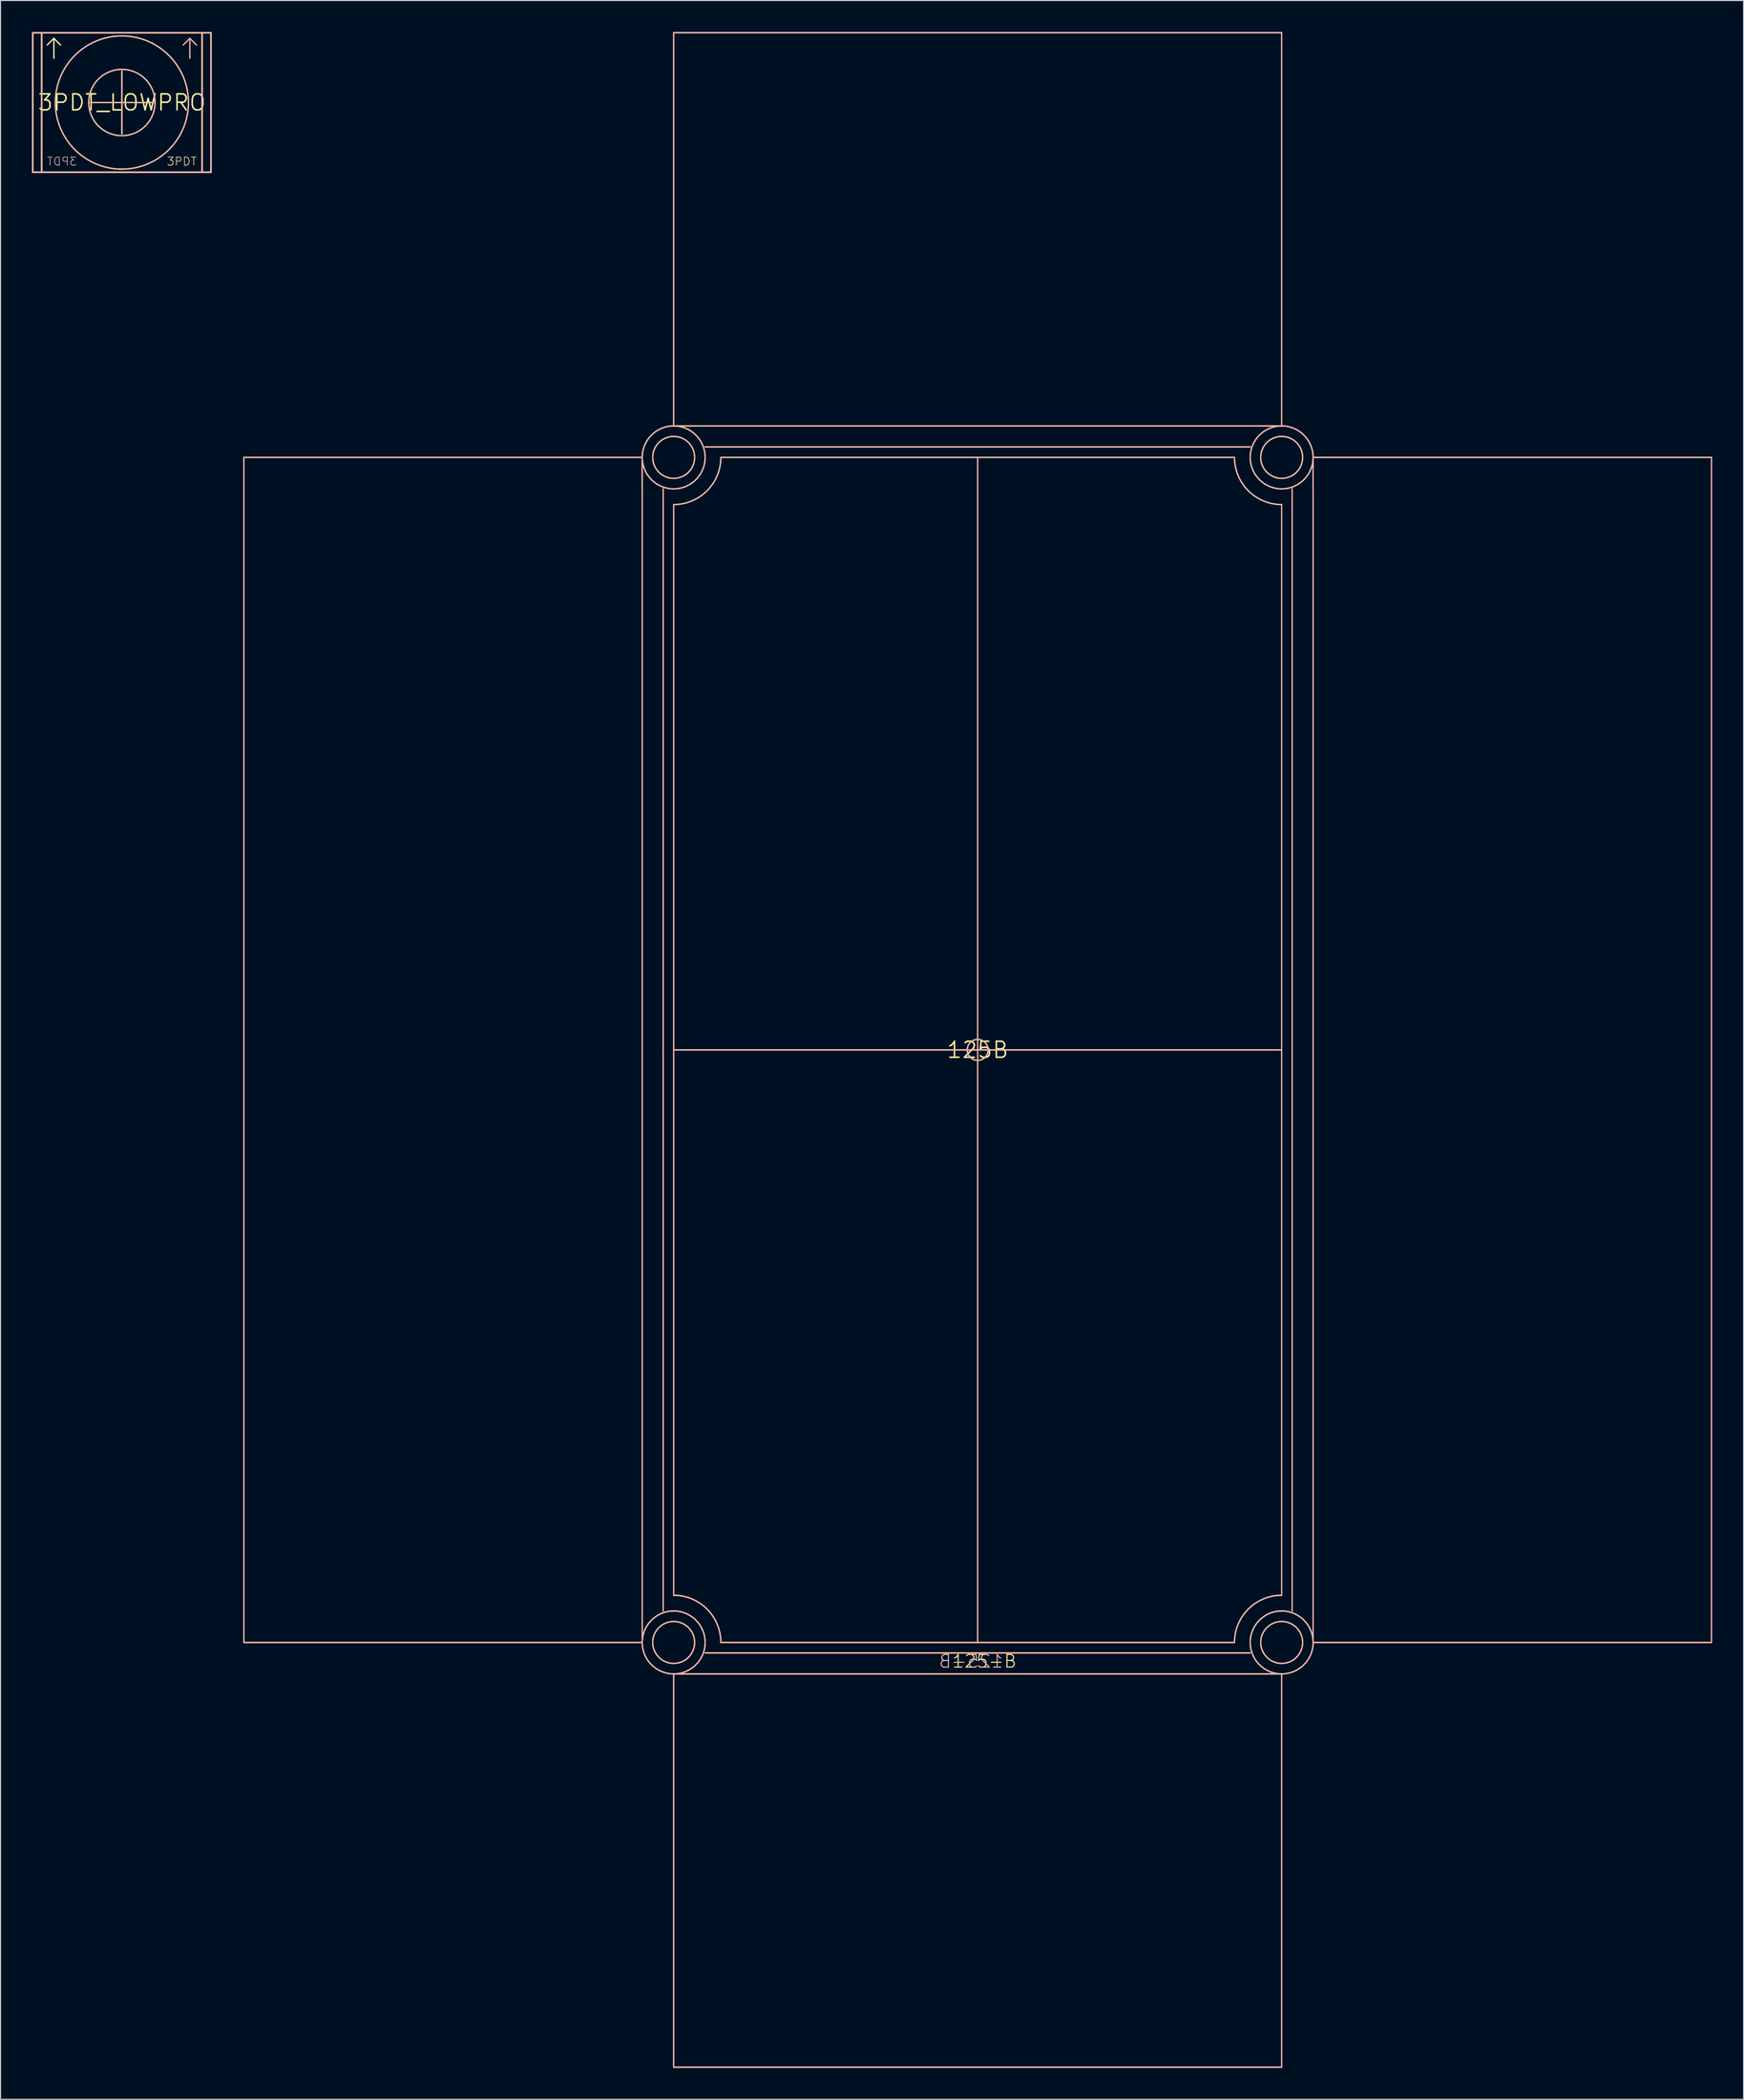
<source format=kicad_pcb>
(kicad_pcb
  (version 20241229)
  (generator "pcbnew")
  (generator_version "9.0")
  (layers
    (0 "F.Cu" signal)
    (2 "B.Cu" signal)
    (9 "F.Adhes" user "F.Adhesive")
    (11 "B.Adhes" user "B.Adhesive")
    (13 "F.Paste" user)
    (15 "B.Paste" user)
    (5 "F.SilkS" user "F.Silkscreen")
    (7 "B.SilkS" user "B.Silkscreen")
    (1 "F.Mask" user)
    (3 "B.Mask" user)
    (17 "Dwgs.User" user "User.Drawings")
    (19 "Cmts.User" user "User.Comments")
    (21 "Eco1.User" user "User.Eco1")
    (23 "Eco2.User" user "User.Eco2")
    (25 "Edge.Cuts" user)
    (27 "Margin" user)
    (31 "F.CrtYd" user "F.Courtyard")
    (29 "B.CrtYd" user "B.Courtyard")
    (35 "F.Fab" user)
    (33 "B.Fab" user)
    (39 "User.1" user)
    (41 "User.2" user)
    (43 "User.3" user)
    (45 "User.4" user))
  (footprint "3PDT_LOWPRO"
    (layer "F.Cu")
    (at 8.576 6.726)
    (property "Reference" "3PDT_LOWPRO" (at 0 0 0) (layer "F.SilkS") (effects (font (size 1.524 1.524) (thickness 0.15))))
    (attr through_hole)
    (fp_line (start -8.5 -6.65) (end -7.65 -6.65) (stroke (width 0.152) (type solid)) (layer "F.SilkS"))
    (fp_line (start -8.5 6.65) (end -8.5 -6.65) (stroke (width 0.152) (type solid)) (layer "F.SilkS"))
    (fp_line (start -7.65 -6.65) (end 7.65 -6.65) (stroke (width 0.152) (type solid)) (layer "F.SilkS"))
    (fp_line (start -7.65 6.65) (end -8.5 6.65) (stroke (width 0.152) (type solid)) (layer "F.SilkS"))
    (fp_line (start -7.65 6.65) (end -7.65 -6.65) (stroke (width 0.152) (type solid)) (layer "F.SilkS"))
    (fp_line (start -6.485 -6.12) (end -7.12 -5.485) (stroke (width 0.127) (type solid)) (layer "F.SilkS"))
    (fp_line (start -6.485 -6.12) (end -5.85 -5.485) (stroke (width 0.127) (type solid)) (layer "F.SilkS"))
    (fp_line (start -6.485 -4.215) (end -6.485 -6.12) (stroke (width 0.127) (type solid)) (layer "F.SilkS"))
    (fp_line (start -3 0) (end 3 0) (stroke (width 0.127) (type solid)) (layer "F.SilkS"))
    (fp_line (start 0 -3) (end 0 3) (stroke (width 0.127) (type solid)) (layer "F.SilkS"))
    (fp_line (start 7.65 -6.65) (end 7.65 6.65) (stroke (width 0.152) (type solid)) (layer "F.SilkS"))
    (fp_line (start 7.65 -6.65) (end 8.5 -6.65) (stroke (width 0.152) (type solid)) (layer "F.SilkS"))
    (fp_line (start 7.65 6.65) (end -7.65 6.65) (stroke (width 0.152) (type solid)) (layer "F.SilkS"))
    (fp_line (start 8.5 -6.65) (end 8.5 6.65) (stroke (width 0.152) (type solid)) (layer "F.SilkS"))
    (fp_line (start 8.5 6.65) (end 7.65 6.65) (stroke (width 0.152) (type solid)) (layer "F.SilkS"))
    (fp_circle (center 0 0) (end 3.162 0) (stroke (width 0.127) (type solid)) (fill no) (layer "F.SilkS"))
    (fp_circle (center 0 0) (end 6.35 0) (stroke (width 0.127) (type solid)) (fill no) (layer "F.SilkS"))
    (fp_line (start -8.5 -6.65) (end -8.5 6.65) (stroke (width 0.152) (type solid)) (layer "B.SilkS"))
    (fp_line (start -8.5 6.65) (end -7.65 6.65) (stroke (width 0.152) (type solid)) (layer "B.SilkS"))
    (fp_line (start -7.65 -6.65) (end -8.5 -6.65) (stroke (width 0.152) (type solid)) (layer "B.SilkS"))
    (fp_line (start -7.65 -6.65) (end -7.65 6.65) (stroke (width 0.152) (type solid)) (layer "B.SilkS"))
    (fp_line (start -7.65 6.65) (end 7.65 6.65) (stroke (width 0.152) (type solid)) (layer "B.SilkS"))
    (fp_line (start 0 -3) (end 0 3) (stroke (width 0.127) (type solid)) (layer "B.SilkS"))
    (fp_line (start 3 0) (end -3 0) (stroke (width 0.127) (type solid)) (layer "B.SilkS"))
    (fp_line (start 6.485 -6.12) (end 5.85 -5.485) (stroke (width 0.127) (type solid)) (layer "B.SilkS"))
    (fp_line (start 6.485 -6.12) (end 7.12 -5.485) (stroke (width 0.127) (type solid)) (layer "B.SilkS"))
    (fp_line (start 6.485 -4.215) (end 6.485 -6.12) (stroke (width 0.127) (type solid)) (layer "B.SilkS"))
    (fp_line (start 7.65 -6.65) (end -7.65 -6.65) (stroke (width 0.152) (type solid)) (layer "B.SilkS"))
    (fp_line (start 7.65 6.65) (end 7.65 -6.65) (stroke (width 0.152) (type solid)) (layer "B.SilkS"))
    (fp_line (start 7.65 6.65) (end 8.5 6.65) (stroke (width 0.152) (type solid)) (layer "B.SilkS"))
    (fp_line (start 8.5 -6.65) (end 7.65 -6.65) (stroke (width 0.152) (type solid)) (layer "B.SilkS"))
    (fp_line (start 8.5 6.65) (end 8.5 -6.65) (stroke (width 0.152) (type solid)) (layer "B.SilkS"))
    (fp_circle (center 0 0) (end 3.162 0) (stroke (width 0.127) (type solid)) (fill no) (layer "B.SilkS"))
    (fp_circle (center 0 0) (end 6.35 0) (stroke (width 0.127) (type solid)) (fill no) (layer "B.SilkS"))
    (fp_text user "3PDT" (at 5.715 5.62 0) (layer "F.SilkS") (effects (font (size 0.772 0.772) (thickness 0.065))))
    (fp_text user "3PDT" (at -5.715 5.62 0) (layer "B.SilkS") (effects (font (size 0.772 0.772) (thickness 0.065)) (justify mirror))))
  (footprint "125B"
    (layer "F.Cu")
    (at 90.216 97.064)
    (property "Reference" "125B" (at 0 0 0) (layer "F.SilkS") (effects (font (size 1.524 1.524) (thickness 0.15))))
    (attr through_hole)
    (fp_line (start -70 -56.5) (end -70 56.5) (stroke (width 0.127) (type solid)) (layer "F.SilkS"))
    (fp_line (start -70 56.5) (end -32 56.5) (stroke (width 0.127) (type solid)) (layer "F.SilkS"))
    (fp_line (start -32 -56.5) (end -70 -56.5) (stroke (width 0.127) (type solid)) (layer "F.SilkS"))
    (fp_line (start -32 -56.5) (end -32 56.5) (stroke (width 0.127) (type solid)) (layer "F.SilkS"))
    (fp_line (start -30 0) (end -30 -53.5) (stroke (width 0.127) (type solid)) (layer "F.SilkS"))
    (fp_line (start -30 53.5) (end -30 0) (stroke (width 0.127) (type solid)) (layer "F.SilkS"))
    (fp_line (start -29 -97) (end -29 -59.5) (stroke (width 0.127) (type solid)) (layer "F.SilkS"))
    (fp_line (start -29 0) (end -29 -52) (stroke (width 0.127) (type solid)) (layer "F.SilkS"))
    (fp_line (start -29 0) (end 0 0) (stroke (width 0.127) (type solid)) (layer "F.SilkS"))
    (fp_line (start -29 52) (end -29 0) (stroke (width 0.127) (type solid)) (layer "F.SilkS"))
    (fp_line (start -29 59.5) (end -29 97) (stroke (width 0.127) (type solid)) (layer "F.SilkS"))
    (fp_line (start -29 59.5) (end -29 97) (stroke (width 0.127) (type solid)) (layer "F.SilkS"))
    (fp_line (start -29 59.5) (end 29 59.5) (stroke (width 0.127) (type solid)) (layer "F.SilkS"))
    (fp_line (start -29 97) (end 29 97) (stroke (width 0.127) (type solid)) (layer "F.SilkS"))
    (fp_line (start -24.5 -56.5) (end 0 -56.5) (stroke (width 0.127) (type solid)) (layer "F.SilkS"))
    (fp_line (start -24.5 56.5) (end 0 56.5) (stroke (width 0.127) (type solid)) (layer "F.SilkS"))
    (fp_line (start 0 -57.5) (end -26 -57.5) (stroke (width 0.127) (type solid)) (layer "F.SilkS"))
    (fp_line (start 0 -56.5) (end 0 0) (stroke (width 0.127) (type solid)) (layer "F.SilkS"))
    (fp_line (start 0 -56.5) (end 24.5 -56.5) (stroke (width 0.127) (type solid)) (layer "F.SilkS"))
    (fp_line (start 0 0) (end 0 56.5) (stroke (width 0.127) (type solid)) (layer "F.SilkS"))
    (fp_line (start 0 0) (end 29 0) (stroke (width 0.127) (type solid)) (layer "F.SilkS"))
    (fp_line (start 0 56.5) (end 24.5 56.5) (stroke (width 0.127) (type solid)) (layer "F.SilkS"))
    (fp_line (start 0 57.5) (end -26 57.5) (stroke (width 0.127) (type solid)) (layer "F.SilkS"))
    (fp_line (start 26 -57.5) (end 0 -57.5) (stroke (width 0.127) (type solid)) (layer "F.SilkS"))
    (fp_line (start 26 57.5) (end 0 57.5) (stroke (width 0.127) (type solid)) (layer "F.SilkS"))
    (fp_line (start 29 -97) (end -29 -97) (stroke (width 0.127) (type solid)) (layer "F.SilkS"))
    (fp_line (start 29 -59.5) (end -29 -59.5) (stroke (width 0.127) (type solid)) (layer "F.SilkS"))
    (fp_line (start 29 -59.5) (end 29 -97) (stroke (width 0.127) (type solid)) (layer "F.SilkS"))
    (fp_line (start 29 -59.5) (end 29 -97) (stroke (width 0.127) (type solid)) (layer "F.SilkS"))
    (fp_line (start 29 0) (end 29 -52) (stroke (width 0.127) (type solid)) (layer "F.SilkS"))
    (fp_line (start 29 52) (end 29 0) (stroke (width 0.127) (type solid)) (layer "F.SilkS"))
    (fp_line (start 29 97) (end 29 59.5) (stroke (width 0.127) (type solid)) (layer "F.SilkS"))
    (fp_line (start 30 0) (end 30 -53.5) (stroke (width 0.127) (type solid)) (layer "F.SilkS"))
    (fp_line (start 30 53.5) (end 30 0) (stroke (width 0.127) (type solid)) (layer "F.SilkS"))
    (fp_line (start 32 -56.5) (end 32 -53.365) (stroke (width 0.127) (type solid)) (layer "F.SilkS"))
    (fp_line (start 32 -53.365) (end 32 -56.5) (stroke (width 0.127) (type solid)) (layer "F.SilkS"))
    (fp_line (start 32 56.5) (end 32 -56.5) (stroke (width 0.127) (type solid)) (layer "F.SilkS"))
    (fp_line (start 32 56.5) (end 70 56.5) (stroke (width 0.127) (type solid)) (layer "F.SilkS"))
    (fp_line (start 70 -56.5) (end 32 -56.5) (stroke (width 0.127) (type solid)) (layer "F.SilkS"))
    (fp_line (start 70 56.5) (end 70 -56.5) (stroke (width 0.127) (type solid)) (layer "F.SilkS"))
    (fp_arc (start -29 52) (mid -25.818019 53.318019) (end -24.5 56.5) (stroke (width 0.127) (type solid)) (layer "F.SilkS"))
    (fp_arc (start -24.5 -56.5) (mid -25.818019 -53.318019) (end -29 -52) (stroke (width 0.127) (type solid)) (layer "F.SilkS"))
    (fp_arc (start 24.5 56.5) (mid 25.818019 53.318019) (end 29 52) (stroke (width 0.127) (type solid)) (layer "F.SilkS"))
    (fp_arc (start 29 -52) (mid 25.818019 -53.318019) (end 24.5 -56.5) (stroke (width 0.127) (type solid)) (layer "F.SilkS"))
    (fp_circle (center -29 -56.5) (end -27 -56.5) (stroke (width 0.127) (type solid)) (fill no) (layer "F.SilkS"))
    (fp_circle (center -29 -56.5) (end -26 -56.5) (stroke (width 0.127) (type solid)) (fill no) (layer "F.SilkS"))
    (fp_circle (center -29 56.5) (end -27 56.5) (stroke (width 0.127) (type solid)) (fill no) (layer "F.SilkS"))
    (fp_circle (center -29 56.5) (end -26 56.5) (stroke (width 0.127) (type solid)) (fill no) (layer "F.SilkS"))
    (fp_circle (center 0 0) (end 1 0) (stroke (width 0.127) (type solid)) (fill no) (layer "F.SilkS"))
    (fp_circle (center 29 -56.5) (end 31 -56.5) (stroke (width 0.127) (type solid)) (fill no) (layer "F.SilkS"))
    (fp_circle (center 29 -56.5) (end 32 -56.5) (stroke (width 0.127) (type solid)) (fill no) (layer "F.SilkS"))
    (fp_circle (center 29 56.5) (end 31 56.5) (stroke (width 0.127) (type solid)) (fill no) (layer "F.SilkS"))
    (fp_circle (center 29 56.5) (end 32 56.5) (stroke (width 0.127) (type solid)) (fill no) (layer "F.SilkS"))
    (fp_line (start -70 -56.5) (end -32 -56.5) (stroke (width 0.127) (type solid)) (layer "B.SilkS"))
    (fp_line (start -70 56.5) (end -70 -56.5) (stroke (width 0.127) (type solid)) (layer "B.SilkS"))
    (fp_line (start -32 -56.5) (end -32 -53.365) (stroke (width 0.127) (type solid)) (layer "B.SilkS"))
    (fp_line (start -32 -53.365) (end -32 -56.5) (stroke (width 0.127) (type solid)) (layer "B.SilkS"))
    (fp_line (start -32 56.5) (end -70 56.5) (stroke (width 0.127) (type solid)) (layer "B.SilkS"))
    (fp_line (start -32 56.5) (end -32 -56.5) (stroke (width 0.127) (type solid)) (layer "B.SilkS"))
    (fp_line (start -30 0) (end -30 -53.5) (stroke (width 0.127) (type solid)) (layer "B.SilkS"))
    (fp_line (start -30 53.5) (end -30 0) (stroke (width 0.127) (type solid)) (layer "B.SilkS"))
    (fp_line (start -29 -97) (end 29 -97) (stroke (width 0.127) (type solid)) (layer "B.SilkS"))
    (fp_line (start -29 -59.5) (end -29 -97) (stroke (width 0.127) (type solid)) (layer "B.SilkS"))
    (fp_line (start -29 -59.5) (end -29 -97) (stroke (width 0.127) (type solid)) (layer "B.SilkS"))
    (fp_line (start -29 -59.5) (end 29 -59.5) (stroke (width 0.127) (type solid)) (layer "B.SilkS"))
    (fp_line (start -29 0) (end -29 -52) (stroke (width 0.127) (type solid)) (layer "B.SilkS"))
    (fp_line (start -29 52) (end -29 0) (stroke (width 0.127) (type solid)) (layer "B.SilkS"))
    (fp_line (start -29 97) (end -29 59.5) (stroke (width 0.127) (type solid)) (layer "B.SilkS"))
    (fp_line (start -26 -57.5) (end 0 -57.5) (stroke (width 0.127) (type solid)) (layer "B.SilkS"))
    (fp_line (start -26 57.5) (end 0 57.5) (stroke (width 0.127) (type solid)) (layer "B.SilkS"))
    (fp_line (start 0 -57.5) (end 26 -57.5) (stroke (width 0.127) (type solid)) (layer "B.SilkS"))
    (fp_line (start 0 -56.5) (end -24.5 -56.5) (stroke (width 0.127) (type solid)) (layer "B.SilkS"))
    (fp_line (start 0 -56.5) (end 0 0) (stroke (width 0.127) (type solid)) (layer "B.SilkS"))
    (fp_line (start 0 0) (end -29 0) (stroke (width 0.127) (type solid)) (layer "B.SilkS"))
    (fp_line (start 0 0) (end 0 56.5) (stroke (width 0.127) (type solid)) (layer "B.SilkS"))
    (fp_line (start 0 56.5) (end -24.5 56.5) (stroke (width 0.127) (type solid)) (layer "B.SilkS"))
    (fp_line (start 0 57.5) (end 26 57.5) (stroke (width 0.127) (type solid)) (layer "B.SilkS"))
    (fp_line (start 24.5 -56.5) (end 0 -56.5) (stroke (width 0.127) (type solid)) (layer "B.SilkS"))
    (fp_line (start 24.5 56.5) (end 0 56.5) (stroke (width 0.127) (type solid)) (layer "B.SilkS"))
    (fp_line (start 29 -97) (end 29 -59.5) (stroke (width 0.127) (type solid)) (layer "B.SilkS"))
    (fp_line (start 29 0) (end 0 0) (stroke (width 0.127) (type solid)) (layer "B.SilkS"))
    (fp_line (start 29 0) (end 29 -52) (stroke (width 0.127) (type solid)) (layer "B.SilkS"))
    (fp_line (start 29 52) (end 29 0) (stroke (width 0.127) (type solid)) (layer "B.SilkS"))
    (fp_line (start 29 59.5) (end -29 59.5) (stroke (width 0.127) (type solid)) (layer "B.SilkS"))
    (fp_line (start 29 59.5) (end 29 97) (stroke (width 0.127) (type solid)) (layer "B.SilkS"))
    (fp_line (start 29 59.5) (end 29 97) (stroke (width 0.127) (type solid)) (layer "B.SilkS"))
    (fp_line (start 29 97) (end -29 97) (stroke (width 0.127) (type solid)) (layer "B.SilkS"))
    (fp_line (start 30 0) (end 30 -53.5) (stroke (width 0.127) (type solid)) (layer "B.SilkS"))
    (fp_line (start 30 53.5) (end 30 0) (stroke (width 0.127) (type solid)) (layer "B.SilkS"))
    (fp_line (start 32 -56.5) (end 32 56.5) (stroke (width 0.127) (type solid)) (layer "B.SilkS"))
    (fp_line (start 32 -56.5) (end 70 -56.5) (stroke (width 0.127) (type solid)) (layer "B.SilkS"))
    (fp_line (start 70 -56.5) (end 70 56.5) (stroke (width 0.127) (type solid)) (layer "B.SilkS"))
    (fp_line (start 70 56.5) (end 32 56.5) (stroke (width 0.127) (type solid)) (layer "B.SilkS"))
    (fp_arc (start -29 52) (mid -25.818019 53.318019) (end -24.5 56.5) (stroke (width 0.127) (type solid)) (layer "B.SilkS"))
    (fp_arc (start -24.5 -56.5) (mid -25.818019 -53.318019) (end -29 -52) (stroke (width 0.127) (type solid)) (layer "B.SilkS"))
    (fp_arc (start 24.5 56.5) (mid 25.818019 53.318019) (end 29 52) (stroke (width 0.127) (type solid)) (layer "B.SilkS"))
    (fp_arc (start 29 -52) (mid 25.818019 -53.318019) (end 24.5 -56.5) (stroke (width 0.127) (type solid)) (layer "B.SilkS"))
    (fp_circle (center -29 -56.5) (end -27 -56.5) (stroke (width 0.127) (type solid)) (fill no) (layer "B.SilkS"))
    (fp_circle (center -29 -56.5) (end -26 -56.5) (stroke (width 0.127) (type solid)) (fill no) (layer "B.SilkS"))
    (fp_circle (center -29 56.5) (end -27 56.5) (stroke (width 0.127) (type solid)) (fill no) (layer "B.SilkS"))
    (fp_circle (center -29 56.5) (end -26 56.5) (stroke (width 0.127) (type solid)) (fill no) (layer "B.SilkS"))
    (fp_circle (center 0 0) (end 1 0) (stroke (width 0.127) (type solid)) (fill no) (layer "B.SilkS"))
    (fp_circle (center 29 -56.5) (end 31 -56.5) (stroke (width 0.127) (type solid)) (fill no) (layer "B.SilkS"))
    (fp_circle (center 29 -56.5) (end 32 -56.5) (stroke (width 0.127) (type solid)) (fill no) (layer "B.SilkS"))
    (fp_circle (center 29 56.5) (end 31 56.5) (stroke (width 0.127) (type solid)) (fill no) (layer "B.SilkS"))
    (fp_circle (center 29 56.5) (end 32 56.5) (stroke (width 0.127) (type solid)) (fill no) (layer "B.SilkS"))
    (fp_text user "125-B" (at -2.5 59 0) (layer "F.SilkS") (effects (font (size 1.206 1.206) (thickness 0.102)) (justify left bottom)))
    (fp_text user "125-B" (at 2.5 59 0) (layer "B.SilkS") (effects (font (size 1.206 1.206) (thickness 0.102)) (justify left bottom mirror))))
  (gr_rect
    (start -3 -3)
    (end 163.279 197.127)
    (stroke (width 0.1) (type default))
    (fill no)
    (layer "Edge.Cuts")))
</source>
